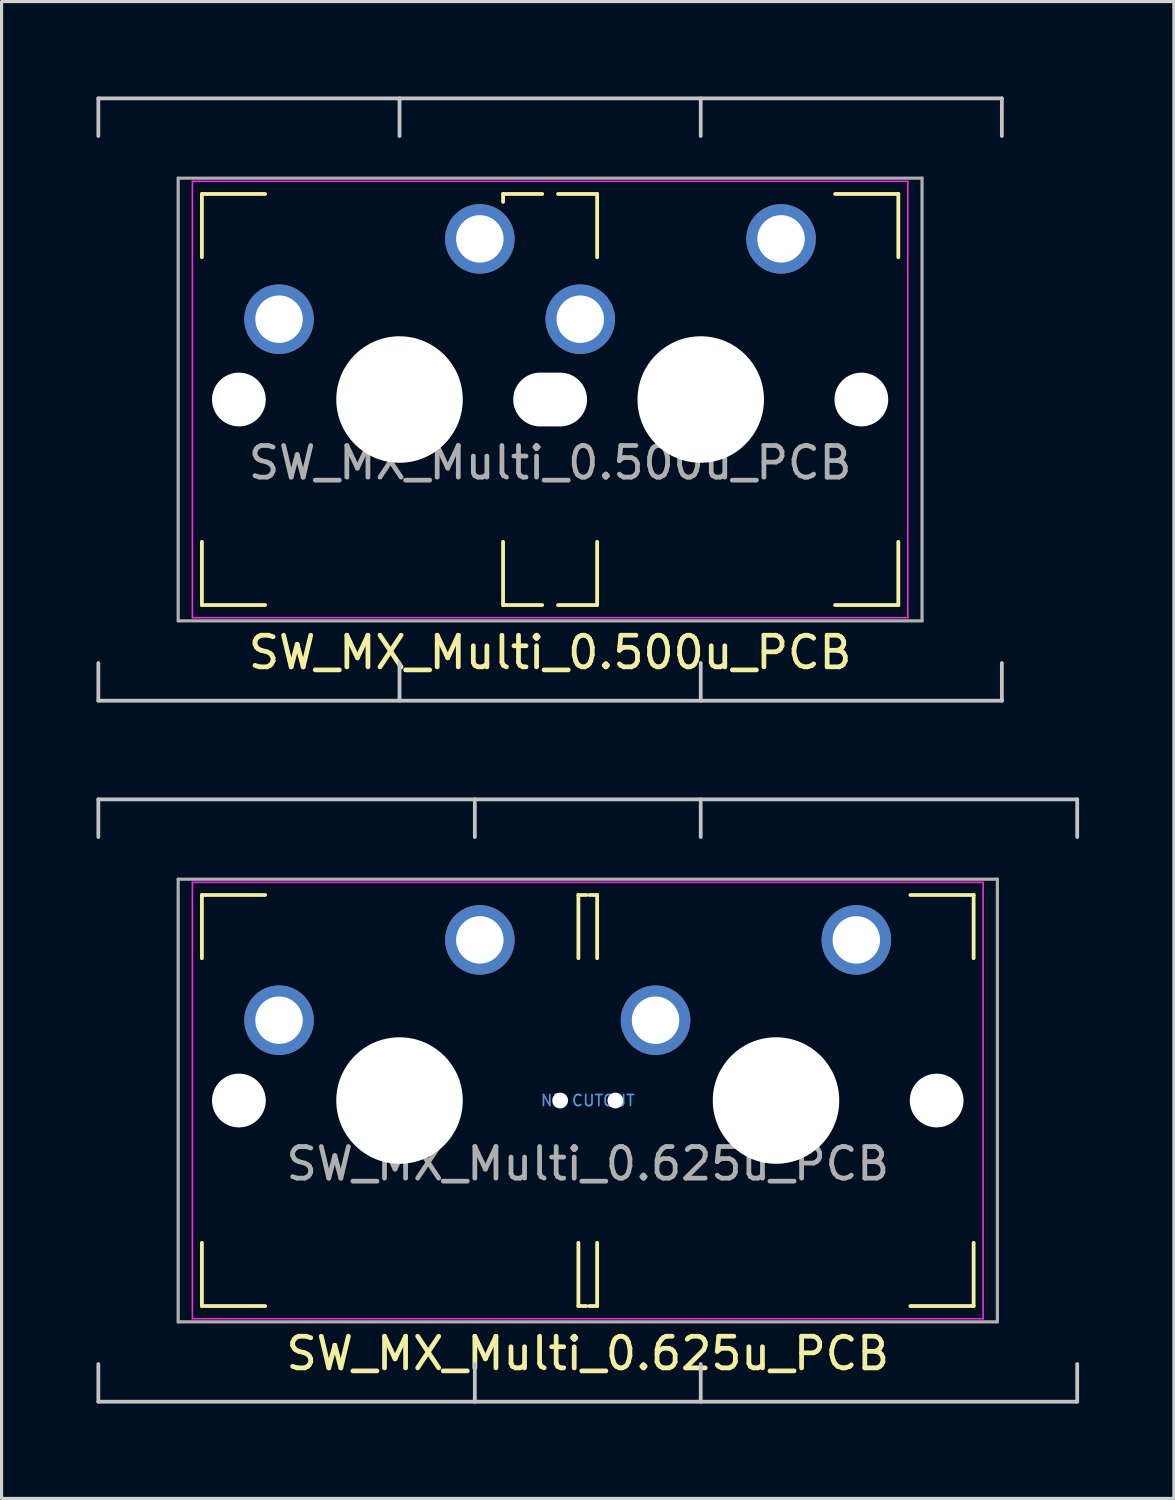
<source format=kicad_pcb>
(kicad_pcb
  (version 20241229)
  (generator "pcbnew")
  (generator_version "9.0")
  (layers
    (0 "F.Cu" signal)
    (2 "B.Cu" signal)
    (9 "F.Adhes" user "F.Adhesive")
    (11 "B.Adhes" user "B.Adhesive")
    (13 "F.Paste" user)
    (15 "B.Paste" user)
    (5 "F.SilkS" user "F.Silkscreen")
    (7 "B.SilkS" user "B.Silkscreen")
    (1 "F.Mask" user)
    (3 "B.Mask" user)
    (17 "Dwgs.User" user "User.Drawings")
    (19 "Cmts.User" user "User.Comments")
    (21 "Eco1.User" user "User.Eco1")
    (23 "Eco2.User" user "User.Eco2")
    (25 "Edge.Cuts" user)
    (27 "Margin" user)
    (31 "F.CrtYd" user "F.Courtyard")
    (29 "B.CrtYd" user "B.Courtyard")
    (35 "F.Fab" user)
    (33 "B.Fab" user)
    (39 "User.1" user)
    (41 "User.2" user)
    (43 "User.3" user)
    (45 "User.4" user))
  (footprint "SW_MX_Multi_0.500u_PCB"
    (layer "F.Cu")
    (at 14.348 9.585)
    (property "Reference" "SW_MX_Multi_0.500u_PCB" (at 0 8 0) (layer "F.SilkS") (effects (font (size 1 1) (thickness 0.15))))
    (attr through_hole)
    (fp_line (start -11.013 -6.5) (end -9.013 -6.5) (stroke (width 0.12) (type solid)) (layer "F.SilkS"))
    (fp_line (start -11.013 -4.5) (end -11.013 -6.5) (stroke (width 0.12) (type solid)) (layer "F.SilkS"))
    (fp_line (start -11.013 6.5) (end -11.013 4.5) (stroke (width 0.12) (type solid)) (layer "F.SilkS"))
    (fp_line (start -11.013 6.5) (end -9.013 6.5) (stroke (width 0.12) (type solid)) (layer "F.SilkS"))
    (fp_line (start -1.488 -6.5) (end -0.25 -6.5) (stroke (width 0.12) (type solid)) (layer "F.SilkS"))
    (fp_line (start -1.488 -6.25) (end -1.488 -6.5) (stroke (width 0.12) (type solid)) (layer "F.SilkS"))
    (fp_line (start -1.488 6.5) (end -1.488 4.5) (stroke (width 0.12) (type solid)) (layer "F.SilkS"))
    (fp_line (start -1.488 6.5) (end -0.25 6.5) (stroke (width 0.12) (type solid)) (layer "F.SilkS"))
    (fp_line (start 0.25 -6.5) (end 1.487 -6.5) (stroke (width 0.12) (type solid)) (layer "F.SilkS"))
    (fp_line (start 0.25 6.5) (end 1.487 6.5) (stroke (width 0.12) (type solid)) (layer "F.SilkS"))
    (fp_line (start 1.487 -4.5) (end 1.487 -6.5) (stroke (width 0.12) (type solid)) (layer "F.SilkS"))
    (fp_line (start 1.487 6.5) (end 1.487 4.5) (stroke (width 0.12) (type solid)) (layer "F.SilkS"))
    (fp_line (start 9.012 -6.5) (end 11.012 -6.5) (stroke (width 0.12) (type solid)) (layer "F.SilkS"))
    (fp_line (start 9.012 6.5) (end 11.012 6.5) (stroke (width 0.12) (type solid)) (layer "F.SilkS"))
    (fp_line (start 11.012 -4.5) (end 11.012 -6.5) (stroke (width 0.12) (type solid)) (layer "F.SilkS"))
    (fp_line (start 11.012 6.5) (end 11.012 4.5) (stroke (width 0.12) (type solid)) (layer "F.SilkS"))
    (fp_line (start -14.288 -9.525) (end 14.287 -9.525) (stroke (width 0.12) (type solid)) (layer "Dwgs.User"))
    (fp_line (start -14.288 -8.334) (end -14.288 -9.525) (stroke (width 0.12) (type solid)) (layer "Dwgs.User"))
    (fp_line (start -14.288 9.525) (end -14.288 8.334) (stroke (width 0.12) (type solid)) (layer "Dwgs.User"))
    (fp_line (start -4.763 -9.525) (end -4.763 -8.334) (stroke (width 0.12) (type solid)) (layer "Dwgs.User"))
    (fp_line (start -4.763 9.525) (end -4.763 8.334) (stroke (width 0.12) (type solid)) (layer "Dwgs.User"))
    (fp_line (start 4.763 -9.525) (end 4.763 -8.334) (stroke (width 0.12) (type solid)) (layer "Dwgs.User"))
    (fp_line (start 4.763 9.525) (end 4.763 8.334) (stroke (width 0.12) (type solid)) (layer "Dwgs.User"))
    (fp_line (start 14.287 -9.525) (end 14.287 -8.334) (stroke (width 0.12) (type solid)) (layer "Dwgs.User"))
    (fp_line (start 14.287 9.525) (end -14.288 9.525) (stroke (width 0.12) (type solid)) (layer "Dwgs.User"))
    (fp_line (start 14.287 9.525) (end 14.287 8.334) (stroke (width 0.12) (type solid)) (layer "Dwgs.User"))
    (fp_line (start -11.313 -6.9) (end 11.312 -6.9) (stroke (width 0.05) (type solid)) (layer "F.CrtYd"))
    (fp_line (start -11.313 6.9) (end -11.313 -6.9) (stroke (width 0.05) (type solid)) (layer "F.CrtYd"))
    (fp_line (start 11.312 -6.9) (end 11.312 6.9) (stroke (width 0.05) (type solid)) (layer "F.CrtYd"))
    (fp_line (start 11.312 6.9) (end -11.313 6.9) (stroke (width 0.05) (type solid)) (layer "F.CrtYd"))
    (fp_line (start -11.763 -7) (end 11.762 -7) (stroke (width 0.1) (type solid)) (layer "F.Fab"))
    (fp_line (start -11.763 7) (end -11.763 -7) (stroke (width 0.1) (type solid)) (layer "F.Fab"))
    (fp_line (start 11.762 -7) (end 11.762 7) (stroke (width 0.1) (type solid)) (layer "F.Fab"))
    (fp_line (start 11.762 7) (end -11.763 7) (stroke (width 0.1) (type solid)) (layer "F.Fab"))
    (fp_text user "${REFERENCE}" (at 0 2 0) (layer "F.Fab") (effects (font (size 1 1) (thickness 0.15))))
    (pad "" np_thru_hole circle (at -9.843 0) (size 1.7 1.7) (drill 1.7) (layers "*.Cu" "*.Mask"))
    (pad "" np_thru_hole circle (at -4.763 0) (size 4 4) (drill 4) (layers "*.Cu" "*.Mask"))
    (pad "" np_thru_hole oval (at 0 0) (size 2.335 1.7) (drill oval 2.335 1.7) (layers "*.Cu" "*.Mask"))
    (pad "" np_thru_hole circle (at 4.763 0) (size 4 4) (drill 4) (layers "*.Cu" "*.Mask"))
    (pad "" np_thru_hole circle (at 9.843 0) (size 1.7 1.7) (drill 1.7) (layers "*.Cu" "*.Mask"))
    (pad "1" thru_hole circle (at -2.223 -5.08) (size 2.2 2.2) (drill 1.5) (layers "*.Cu" "*.Mask"))
    (pad "1" thru_hole circle (at 7.303 -5.08) (size 2.2 2.2) (drill 1.5) (layers "*.Cu" "*.Mask"))
    (pad "2" thru_hole circle (at -8.573 -2.54) (size 2.2 2.2) (drill 1.5) (layers "*.Cu" "*.Mask"))
    (pad "2" thru_hole circle (at 0.953 -2.54) (size 2.2 2.2) (drill 1.5) (layers "*.Cu" "*.Mask")))
  (footprint "SW_MX_Multi_0.625u_PCB"
    (layer "F.Cu")
    (at 14.348 31.755)
    (property "Reference" "SW_MX_Multi_0.625u_PCB" (at 1.191 8 0) (layer "F.SilkS") (effects (font (size 1 1) (thickness 0.15))))
    (attr through_hole)
    (fp_line (start 0.918 -0.601) (end 1.191 -0.329) (stroke (width 0.2) (type solid)) (layer "F.Mask"))
    (fp_line (start 0.918 0.601) (end 1.191 0.329) (stroke (width 0.2) (type solid)) (layer "F.Mask"))
    (fp_line (start 1.463 -0.601) (end 1.191 -0.329) (stroke (width 0.2) (type solid)) (layer "F.Mask"))
    (fp_line (start 1.463 0.601) (end 1.191 0.329) (stroke (width 0.2) (type solid)) (layer "F.Mask"))
    (fp_arc (start 0.918482 0.601042) (mid 1.19059 0.488331) (end 1.462698 0.601042) (stroke (width 0.2) (type solid)) (layer "F.Mask"))
    (fp_arc (start 1.462698 -0.601042) (mid 1.19059 -0.488331) (end 0.918482 -0.601042) (stroke (width 0.2) (type solid)) (layer "F.Mask"))
    (fp_line (start 0.918 0.601) (end 1.191 0.329) (stroke (width 0.2) (type solid)) (layer "B.Mask"))
    (fp_line (start 0.918 -0.601) (end 1.191 -0.329) (stroke (width 0.2) (type solid)) (layer "B.Mask"))
    (fp_line (start 1.463 0.601) (end 1.191 0.329) (stroke (width 0.2) (type solid)) (layer "B.Mask"))
    (fp_line (start 1.463 -0.601) (end 1.191 -0.329) (stroke (width 0.2) (type solid)) (layer "B.Mask"))
    (fp_arc (start 0.918482 0.601042) (mid 1.19059 0.488331) (end 1.462698 0.601042) (stroke (width 0.2) (type solid)) (layer "B.Mask"))
    (fp_arc (start 1.462698 -0.601042) (mid 1.19059 -0.488331) (end 0.918482 -0.601042) (stroke (width 0.2) (type solid)) (layer "B.Mask"))
    (fp_line (start -11.013 -6.5) (end -9.013 -6.5) (stroke (width 0.12) (type solid)) (layer "F.SilkS"))
    (fp_line (start -11.013 -4.5) (end -11.013 -6.5) (stroke (width 0.12) (type solid)) (layer "F.SilkS"))
    (fp_line (start -11.013 6.5) (end -11.013 4.5) (stroke (width 0.12) (type solid)) (layer "F.SilkS"))
    (fp_line (start -11.013 6.5) (end -9.013 6.5) (stroke (width 0.12) (type solid)) (layer "F.SilkS"))
    (fp_line (start 0.894 -6.5) (end 1.144 -6.5) (stroke (width 0.12) (type solid)) (layer "F.SilkS"))
    (fp_line (start 0.894 -4.5) (end 0.894 -6.5) (stroke (width 0.12) (type solid)) (layer "F.SilkS"))
    (fp_line (start 0.894 6.5) (end 0.894 4.5) (stroke (width 0.12) (type solid)) (layer "F.SilkS"))
    (fp_line (start 0.894 6.5) (end 1.144 6.5) (stroke (width 0.12) (type solid)) (layer "F.SilkS"))
    (fp_line (start 1.237 -6.5) (end 1.487 -6.5) (stroke (width 0.12) (type solid)) (layer "F.SilkS"))
    (fp_line (start 1.237 6.5) (end 1.487 6.5) (stroke (width 0.12) (type solid)) (layer "F.SilkS"))
    (fp_line (start 1.487 -4.5) (end 1.487 -6.5) (stroke (width 0.12) (type solid)) (layer "F.SilkS"))
    (fp_line (start 1.487 6.5) (end 1.487 4.5) (stroke (width 0.12) (type solid)) (layer "F.SilkS"))
    (fp_line (start 11.394 -6.5) (end 13.394 -6.5) (stroke (width 0.12) (type solid)) (layer "F.SilkS"))
    (fp_line (start 11.394 6.5) (end 13.394 6.5) (stroke (width 0.12) (type solid)) (layer "F.SilkS"))
    (fp_line (start 13.394 -4.5) (end 13.394 -6.5) (stroke (width 0.12) (type solid)) (layer "F.SilkS"))
    (fp_line (start 13.394 6.5) (end 13.394 4.5) (stroke (width 0.12) (type solid)) (layer "F.SilkS"))
    (fp_line (start -14.288 -9.525) (end 16.669 -9.525) (stroke (width 0.12) (type solid)) (layer "Dwgs.User"))
    (fp_line (start -14.288 -8.334) (end -14.288 -9.525) (stroke (width 0.12) (type solid)) (layer "Dwgs.User"))
    (fp_line (start -14.288 9.525) (end -14.288 8.334) (stroke (width 0.12) (type solid)) (layer "Dwgs.User"))
    (fp_line (start -2.381 -9.525) (end -2.381 -8.334) (stroke (width 0.12) (type solid)) (layer "Dwgs.User"))
    (fp_line (start -2.381 9.525) (end -2.381 8.334) (stroke (width 0.12) (type solid)) (layer "Dwgs.User"))
    (fp_line (start 4.763 -9.525) (end 4.763 -8.334) (stroke (width 0.12) (type solid)) (layer "Dwgs.User"))
    (fp_line (start 4.763 9.525) (end 4.763 8.334) (stroke (width 0.12) (type solid)) (layer "Dwgs.User"))
    (fp_line (start 16.669 -9.525) (end 16.669 -8.334) (stroke (width 0.12) (type solid)) (layer "Dwgs.User"))
    (fp_line (start 16.669 9.525) (end -14.288 9.525) (stroke (width 0.12) (type solid)) (layer "Dwgs.User"))
    (fp_line (start 16.669 9.525) (end 16.669 8.334) (stroke (width 0.12) (type solid)) (layer "Dwgs.User"))
    (fp_arc (start 0.918481 0.601041) (mid -0.53256 0) (end 0.918481 -0.601041) (stroke (width 0.05) (type solid)) (layer "Eco1.User"))
    (fp_arc (start 0.918482 0.601042) (mid 1.19059 0.488331) (end 1.462698 0.601042) (stroke (width 0.05) (type solid)) (layer "Eco1.User"))
    (fp_arc (start 1.462698 -0.601042) (mid 1.19059 -0.488331) (end 0.918482 -0.601042) (stroke (width 0.05) (type solid)) (layer "Eco1.User"))
    (fp_arc (start 1.462699 -0.601041) (mid 2.91374 0) (end 1.462699 0.601041) (stroke (width 0.05) (type solid)) (layer "Eco1.User"))
    (fp_line (start -11.313 -6.9) (end 13.694 -6.9) (stroke (width 0.05) (type solid)) (layer "F.CrtYd"))
    (fp_line (start -11.313 6.9) (end -11.313 -6.9) (stroke (width 0.05) (type solid)) (layer "F.CrtYd"))
    (fp_line (start 13.694 -6.9) (end 13.694 6.9) (stroke (width 0.05) (type solid)) (layer "F.CrtYd"))
    (fp_line (start 13.694 6.9) (end -11.313 6.9) (stroke (width 0.05) (type solid)) (layer "F.CrtYd"))
    (fp_line (start -11.763 -7) (end 14.144 -7) (stroke (width 0.1) (type solid)) (layer "F.Fab"))
    (fp_line (start -11.763 7) (end -11.763 -7) (stroke (width 0.1) (type solid)) (layer "F.Fab"))
    (fp_line (start 14.144 -7) (end 14.144 7) (stroke (width 0.1) (type solid)) (layer "F.Fab"))
    (fp_line (start 14.144 7) (end -11.763 7) (stroke (width 0.1) (type solid)) (layer "F.Fab"))
    (fp_text user "NP CUTOUT" (at 1.191 0 0) (layer "Cmts.User") (effects (font (size 0.35 0.35) (thickness 0.052))))
    (fp_text user "${REFERENCE}" (at 1.191 2 0) (layer "F.Fab") (effects (font (size 1 1) (thickness 0.15))))
    (pad "" np_thru_hole circle (at -9.843 0) (size 1.7 1.7) (drill 1.7) (layers "*.Cu" "*.Mask"))
    (pad "" np_thru_hole circle (at -4.763 0) (size 4 4) (drill 4) (layers "*.Cu" "*.Mask"))
    (pad "" np_thru_hole circle (at 0.317 0) (size 0.5 0.5) (drill 0.5) (layers "*.Cu" "*.Mask"))
    (pad "" np_thru_hole circle (at 2.064 0) (size 0.5 0.5) (drill 0.5) (layers "*.Cu" "*.Mask"))
    (pad "" np_thru_hole circle (at 7.144 0) (size 4 4) (drill 4) (layers "*.Cu" "*.Mask"))
    (pad "" np_thru_hole circle (at 12.224 0) (size 1.7 1.7) (drill 1.7) (layers "*.Cu" "*.Mask"))
    (pad "1" thru_hole circle (at -2.223 -5.08) (size 2.2 2.2) (drill 1.5) (layers "*.Cu" "*.Mask"))
    (pad "1" thru_hole circle (at 9.684 -5.08) (size 2.2 2.2) (drill 1.5) (layers "*.Cu" "*.Mask"))
    (pad "2" thru_hole circle (at -8.573 -2.54) (size 2.2 2.2) (drill 1.5) (layers "*.Cu" "*.Mask"))
    (pad "2" thru_hole circle (at 3.334 -2.54) (size 2.2 2.2) (drill 1.5) (layers "*.Cu" "*.Mask")))
  (gr_rect
    (start -3 -3)
    (end 34.076 44.34)
    (stroke (width 0.1) (type default))
    (fill no)
    (layer "Edge.Cuts")))
</source>
